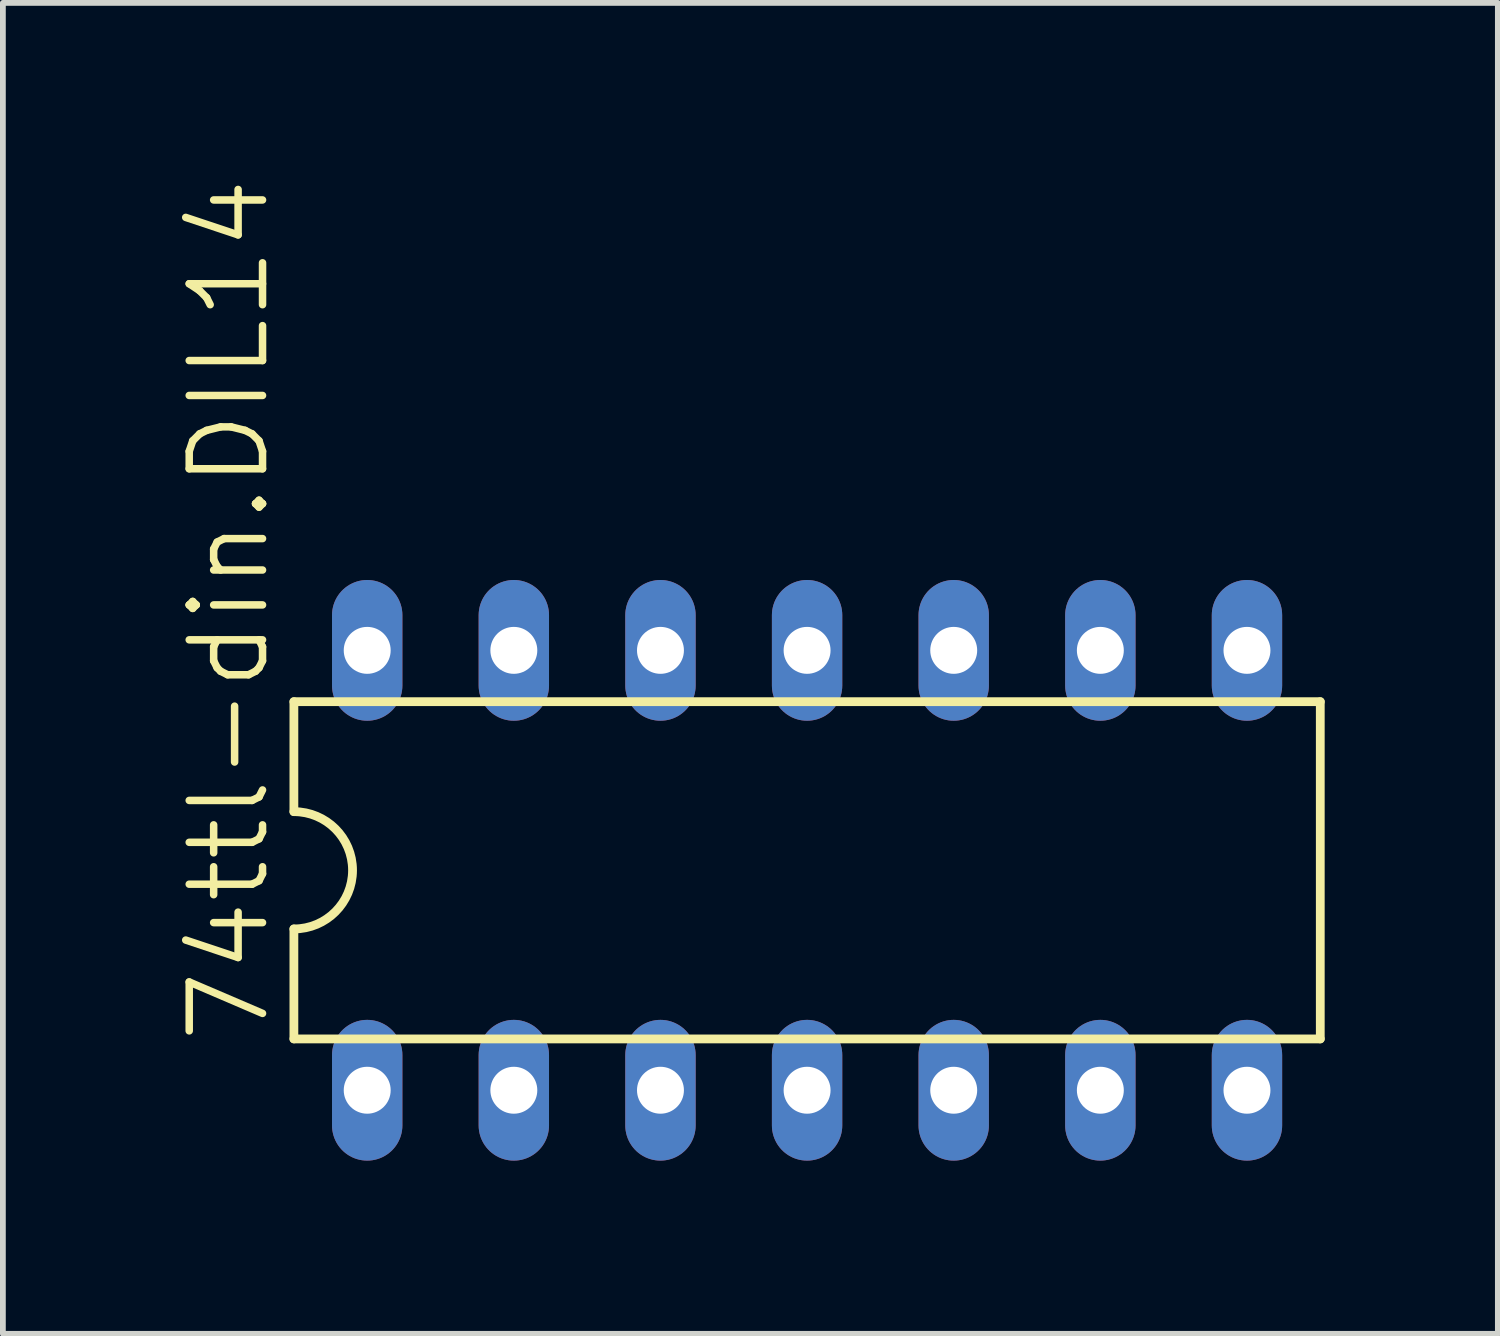
<source format=kicad_pcb>
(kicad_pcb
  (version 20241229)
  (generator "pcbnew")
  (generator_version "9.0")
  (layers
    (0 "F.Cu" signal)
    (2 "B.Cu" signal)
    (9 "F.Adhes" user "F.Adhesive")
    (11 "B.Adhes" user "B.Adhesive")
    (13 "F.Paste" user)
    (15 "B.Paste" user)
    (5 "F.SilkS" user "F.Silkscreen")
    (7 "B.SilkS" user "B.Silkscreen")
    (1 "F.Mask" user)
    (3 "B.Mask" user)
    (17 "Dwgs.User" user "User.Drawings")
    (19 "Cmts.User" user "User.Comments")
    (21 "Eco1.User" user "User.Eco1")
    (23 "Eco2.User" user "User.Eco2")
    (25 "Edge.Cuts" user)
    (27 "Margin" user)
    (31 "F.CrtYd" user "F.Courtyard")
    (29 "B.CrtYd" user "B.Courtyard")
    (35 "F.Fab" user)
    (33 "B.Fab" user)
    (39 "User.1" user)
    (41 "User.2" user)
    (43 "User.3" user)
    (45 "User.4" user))
  (footprint "74ttl-din.DIL14"
    (layer "F.Cu")
    (at 10.931 12.026)
    (property "Reference" "74ttl-din.DIL14" (at -9.271 3.048 90) (layer "F.SilkS") (effects (font (size 1.27 1.27) (thickness 0.13)) (justify left bottom)))
    (attr through_hole)
    (fp_line (start -8.89 -2.921) (end -8.89 -1.016) (stroke (width 0.152) (type default)) (layer "F.SilkS"))
    (fp_line (start -8.89 2.921) (end -8.89 1.016) (stroke (width 0.152) (type default)) (layer "F.SilkS"))
    (fp_line (start -8.89 2.921) (end 8.89 2.921) (stroke (width 0.152) (type default)) (layer "F.SilkS"))
    (fp_line (start 8.89 -2.921) (end -8.89 -2.921) (stroke (width 0.152) (type default)) (layer "F.SilkS"))
    (fp_line (start 8.89 -2.921) (end 8.89 2.921) (stroke (width 0.152) (type default)) (layer "F.SilkS"))
    (fp_arc (start -8.89 -1.016) (mid -7.874 0) (end -8.89 1.016) (stroke (width 0.1524) (type default)) (layer "F.SilkS"))
    (pad "1" thru_hole oval (at -7.62 3.81 90) (size 2.438 1.219) (drill 0.813) (layers "*.Cu" "*.Mask"))
    (pad "2" thru_hole oval (at -5.08 3.81 90) (size 2.438 1.219) (drill 0.813) (layers "*.Cu" "*.Mask"))
    (pad "3" thru_hole oval (at -2.54 3.81 90) (size 2.438 1.219) (drill 0.813) (layers "*.Cu" "*.Mask"))
    (pad "4" thru_hole oval (at 0 3.81 90) (size 2.438 1.219) (drill 0.813) (layers "*.Cu" "*.Mask"))
    (pad "5" thru_hole oval (at 2.54 3.81 90) (size 2.438 1.219) (drill 0.813) (layers "*.Cu" "*.Mask"))
    (pad "6" thru_hole oval (at 5.08 3.81 90) (size 2.438 1.219) (drill 0.813) (layers "*.Cu" "*.Mask"))
    (pad "7" thru_hole oval (at 7.62 3.81 90) (size 2.438 1.219) (drill 0.813) (layers "*.Cu" "*.Mask"))
    (pad "8" thru_hole oval (at 7.62 -3.81 90) (size 2.438 1.219) (drill 0.813) (layers "*.Cu" "*.Mask"))
    (pad "9" thru_hole oval (at 5.08 -3.81 90) (size 2.438 1.219) (drill 0.813) (layers "*.Cu" "*.Mask"))
    (pad "10" thru_hole oval (at 2.54 -3.81 90) (size 2.438 1.219) (drill 0.813) (layers "*.Cu" "*.Mask"))
    (pad "11" thru_hole oval (at 0 -3.81 90) (size 2.438 1.219) (drill 0.813) (layers "*.Cu" "*.Mask"))
    (pad "12" thru_hole oval (at -2.54 -3.81 90) (size 2.438 1.219) (drill 0.813) (layers "*.Cu" "*.Mask"))
    (pad "13" thru_hole oval (at -5.08 -3.81 90) (size 2.438 1.219) (drill 0.813) (layers "*.Cu" "*.Mask"))
    (pad "14" thru_hole oval (at -7.62 -3.81 90) (size 2.438 1.219) (drill 0.813) (layers "*.Cu" "*.Mask")))
  (gr_rect
    (start -3 -3)
    (end 22.897 20.055)
    (stroke (width 0.1) (type default))
    (fill no)
    (layer "Edge.Cuts")))
</source>
